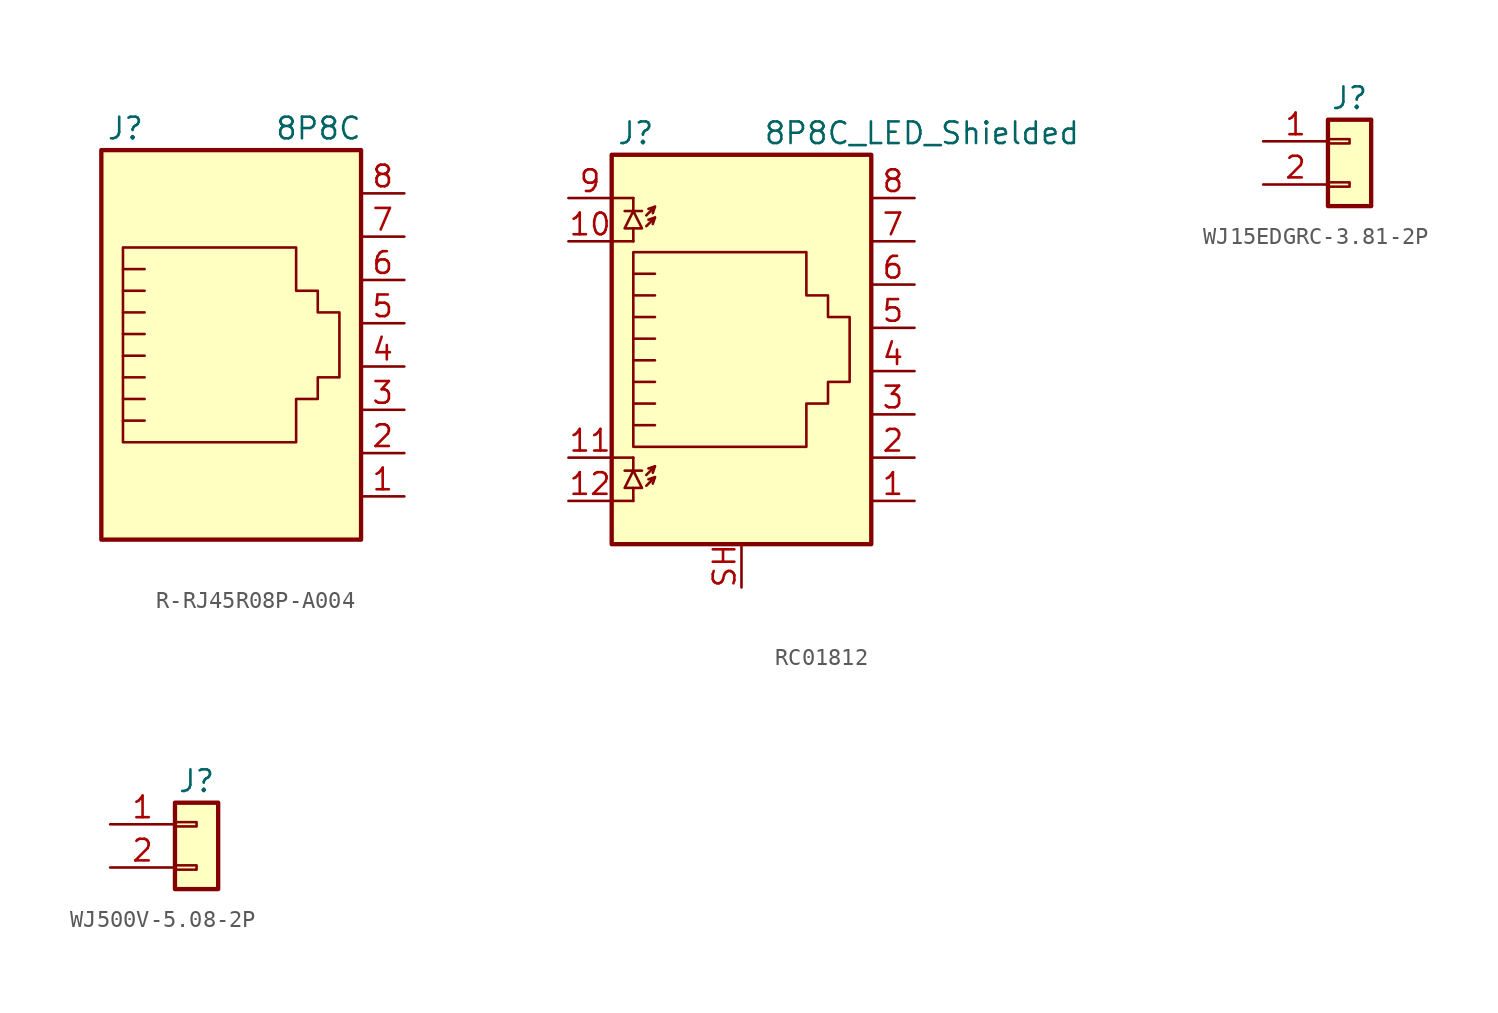
<source format=kicad_sym>
(kicad_symbol_lib
  (version 20211014)
  (symbol "R-RJ45R08P-A004"
    (pin_names
      (offset 1.016))
    (property "Reference" "J"
      (at -5.08 13.97 0)
      (effects (font (size 1.27 1.27)) (justify right)))
    (property "Value" "8P8C"
      (at 2.54 13.97 0)
      (effects (font (size 1.27 1.27)) (justify left)))
    (symbol "R-RJ45R08P-A004_0_1"
      (polyline (pts (xy -6.35 1.905) (xy -5.08 1.905) (xy -5.08 1.905)) (stroke (width 0) (type default)) (fill (type none)))
      (polyline (pts (xy -6.35 0.635) (xy -5.08 0.635) (xy -5.08 0.635)) (stroke (width 0) (type default)) (fill (type none)))
      (polyline (pts (xy -6.35 -0.635) (xy -5.08 -0.635) (xy -5.08 -0.635)) (stroke (width 0) (type default)) (fill (type none)))
      (polyline (pts (xy -6.35 -1.905) (xy -5.08 -1.905) (xy -5.08 -1.905)) (stroke (width 0) (type default)) (fill (type none)))
      (polyline (pts (xy -6.35 -3.175) (xy -5.08 -3.175) (xy -5.08 -3.175)) (stroke (width 0) (type default)) (fill (type none)))
      (polyline (pts (xy -6.35 -4.445) (xy -6.35 6.985) (xy 3.81 6.985) (xy 3.81 4.445) (xy 5.08 4.445) (xy 5.08 3.175) (xy 6.35 3.175) (xy 6.35 -0.635) (xy 5.08 -0.635) (xy 5.08 -1.905) (xy 3.81 -1.905) (xy 3.81 -4.445) (xy -6.35 -4.445) (xy -6.35 -4.445)) (stroke (width 0) (type default)) (fill (type none)))
      (polyline (pts (xy -5.08 5.715) (xy -6.35 5.715)) (stroke (width 0) (type default)) (fill (type none)))
      (polyline (pts (xy -5.08 4.445) (xy -6.35 4.445)) (stroke (width 0) (type default)) (fill (type none)))
      (polyline (pts (xy -5.08 3.175) (xy -6.35 3.175) (xy -6.35 3.175)) (stroke (width 0) (type default)) (fill (type none)))
      (rectangle (start 7.62 12.7) (end -7.62 -10.16) (stroke (width 0.254) (type default)) (fill (type background))))
    (symbol "R-RJ45R08P-A004_1_1"
      (pin passive line (at 10.16 10.16 180) (length 2.54) (name "~" (effects (font (size 1.27 1.27)))) (number "8" (effects (font (size 1.27 1.27)))))
      (pin passive line (at 10.16 7.62 180) (length 2.54) (name "~" (effects (font (size 1.27 1.27)))) (number "7" (effects (font (size 1.27 1.27)))))
      (pin passive line (at 10.16 5.08 180) (length 2.54) (name "~" (effects (font (size 1.27 1.27)))) (number "6" (effects (font (size 1.27 1.27)))))
      (pin passive line (at 10.16 2.54 180) (length 2.54) (name "~" (effects (font (size 1.27 1.27)))) (number "5" (effects (font (size 1.27 1.27)))))
      (pin passive line (at 10.16 0 180) (length 2.54) (name "~" (effects (font (size 1.27 1.27)))) (number "4" (effects (font (size 1.27 1.27)))))
      (pin passive line (at 10.16 -2.54 180) (length 2.54) (name "~" (effects (font (size 1.27 1.27)))) (number "3" (effects (font (size 1.27 1.27)))))
      (pin passive line (at 10.16 -5.08 180) (length 2.54) (name "~" (effects (font (size 1.27 1.27)))) (number "2" (effects (font (size 1.27 1.27)))))
      (pin passive line (at 10.16 -7.62 180) (length 2.54) (name "~" (effects (font (size 1.27 1.27)))) (number "1" (effects (font (size 1.27 1.27)))))))
  (symbol "RC01812"
    (pin_names
      (offset 1.016))
    (property "Reference" "J"
      (at -5.08 13.97 0)
      (effects (font (size 1.27 1.27)) (justify right)))
    (property "Value" "8P8C_LED_Shielded"
      (at 1.27 13.97 0)
      (effects (font (size 1.27 1.27)) (justify left)))
    (symbol "RC01812_0_1"
      (polyline (pts (xy -7.62 10.16) (xy -6.35 10.16)) (stroke (width 0) (type default)) (fill (type none)))
      (polyline (pts (xy -7.62 7.62) (xy -6.35 7.62)) (stroke (width 0) (type default)) (fill (type none)))
      (polyline (pts (xy -7.62 -5.08) (xy -6.35 -5.08)) (stroke (width 0) (type default)) (fill (type none)))
      (polyline (pts (xy -7.62 -7.62) (xy -6.35 -7.62)) (stroke (width 0) (type default)) (fill (type none)))
      (polyline (pts (xy -6.858 9.398) (xy -5.842 9.398)) (stroke (width 0) (type default)) (fill (type none)))
      (polyline (pts (xy -6.858 -5.842) (xy -5.842 -5.842)) (stroke (width 0) (type default)) (fill (type none)))
      (polyline (pts (xy -6.35 10.16) (xy -6.35 9.398)) (stroke (width 0) (type default)) (fill (type none)))
      (polyline (pts (xy -6.35 9.398) (xy -6.858 8.382) (xy -5.842 8.382) (xy -6.35 9.398)) (stroke (width 0) (type default)) (fill (type none)))
      (polyline (pts (xy -6.35 7.62) (xy -6.35 8.382)) (stroke (width 0) (type default)) (fill (type none)))
      (polyline (pts (xy -6.35 1.905) (xy -5.08 1.905) (xy -5.08 1.905)) (stroke (width 0) (type default)) (fill (type none)))
      (polyline (pts (xy -6.35 0.635) (xy -5.08 0.635) (xy -5.08 0.635)) (stroke (width 0) (type default)) (fill (type none)))
      (polyline (pts (xy -6.35 -0.635) (xy -5.08 -0.635) (xy -5.08 -0.635)) (stroke (width 0) (type default)) (fill (type none)))
      (polyline (pts (xy -6.35 -1.905) (xy -5.08 -1.905) (xy -5.08 -1.905)) (stroke (width 0) (type default)) (fill (type none)))
      (polyline (pts (xy -6.35 -3.175) (xy -5.08 -3.175) (xy -5.08 -3.175)) (stroke (width 0) (type default)) (fill (type none)))
      (polyline (pts (xy -6.35 -4.445) (xy -6.35 6.985) (xy 3.81 6.985) (xy 3.81 4.445) (xy 5.08 4.445) (xy 5.08 3.175) (xy 6.35 3.175) (xy 6.35 -0.635) (xy 5.08 -0.635) (xy 5.08 -1.905) (xy 3.81 -1.905) (xy 3.81 -4.445) (xy -6.35 -4.445) (xy -6.35 -4.445)) (stroke (width 0) (type default)) (fill (type none)))
      (polyline (pts (xy -6.35 -5.08) (xy -6.35 -5.842)) (stroke (width 0) (type default)) (fill (type none)))
      (polyline (pts (xy -6.35 -5.842) (xy -6.858 -6.858) (xy -5.842 -6.858) (xy -6.35 -5.842)) (stroke (width 0) (type default)) (fill (type none)))
      (polyline (pts (xy -6.35 -7.62) (xy -6.35 -6.858)) (stroke (width 0) (type default)) (fill (type none)))
      (polyline (pts (xy -5.588 9.144) (xy -5.08 9.652) (xy -5.461 9.525)) (stroke (width 0) (type default)) (fill (type none)))
      (polyline (pts (xy -5.588 8.509) (xy -5.08 9.017) (xy -5.461 8.89)) (stroke (width 0) (type default)) (fill (type none)))
      (polyline (pts (xy -5.588 -6.096) (xy -5.08 -5.588) (xy -5.461 -5.715)) (stroke (width 0) (type default)) (fill (type none)))
      (polyline (pts (xy -5.588 -6.731) (xy -5.08 -6.223) (xy -5.461 -6.35)) (stroke (width 0) (type default)) (fill (type none)))
      (polyline (pts (xy -5.08 9.652) (xy -5.207 9.271)) (stroke (width 0) (type default)) (fill (type none)))
      (polyline (pts (xy -5.08 9.017) (xy -5.207 8.636)) (stroke (width 0) (type default)) (fill (type none)))
      (polyline (pts (xy -5.08 5.715) (xy -6.35 5.715)) (stroke (width 0) (type default)) (fill (type none)))
      (polyline (pts (xy -5.08 4.445) (xy -6.35 4.445)) (stroke (width 0) (type default)) (fill (type none)))
      (polyline (pts (xy -5.08 3.175) (xy -6.35 3.175) (xy -6.35 3.175)) (stroke (width 0) (type default)) (fill (type none)))
      (polyline (pts (xy -5.08 -5.588) (xy -5.207 -5.969)) (stroke (width 0) (type default)) (fill (type none)))
      (polyline (pts (xy -5.08 -6.223) (xy -5.207 -6.604)) (stroke (width 0) (type default)) (fill (type none)))
      (rectangle (start 7.62 12.7) (end -7.62 -10.16) (stroke (width 0.254) (type default)) (fill (type background))))
    (symbol "RC01812_1_1"
      (pin passive line (at -10.16 10.16 0) (length 2.54) (name "~" (effects (font (size 1.27 1.27)))) (number "9" (effects (font (size 1.27 1.27)))))
      (pin passive line (at -10.16 7.62 0) (length 2.54) (name "~" (effects (font (size 1.27 1.27)))) (number "10" (effects (font (size 1.27 1.27)))))
      (pin passive line (at -10.16 -5.08 0) (length 2.54) (name "~" (effects (font (size 1.27 1.27)))) (number "11" (effects (font (size 1.27 1.27)))))
      (pin passive line (at -10.16 -7.62 0) (length 2.54) (name "~" (effects (font (size 1.27 1.27)))) (number "12" (effects (font (size 1.27 1.27)))))
      (pin passive line (at 0 -12.7 90) (length 2.54) (name "~" (effects (font (size 1.27 1.27)))) (number "SH" (effects (font (size 1.27 1.27)))))
      (pin passive line (at 10.16 10.16 180) (length 2.54) (name "~" (effects (font (size 1.27 1.27)))) (number "8" (effects (font (size 1.27 1.27)))))
      (pin passive line (at 10.16 7.62 180) (length 2.54) (name "~" (effects (font (size 1.27 1.27)))) (number "7" (effects (font (size 1.27 1.27)))))
      (pin passive line (at 10.16 5.08 180) (length 2.54) (name "~" (effects (font (size 1.27 1.27)))) (number "6" (effects (font (size 1.27 1.27)))))
      (pin passive line (at 10.16 2.54 180) (length 2.54) (name "~" (effects (font (size 1.27 1.27)))) (number "5" (effects (font (size 1.27 1.27)))))
      (pin passive line (at 10.16 0 180) (length 2.54) (name "~" (effects (font (size 1.27 1.27)))) (number "4" (effects (font (size 1.27 1.27)))))
      (pin passive line (at 10.16 -2.54 180) (length 2.54) (name "~" (effects (font (size 1.27 1.27)))) (number "3" (effects (font (size 1.27 1.27)))))
      (pin passive line (at 10.16 -5.08 180) (length 2.54) (name "~" (effects (font (size 1.27 1.27)))) (number "2" (effects (font (size 1.27 1.27)))))
      (pin passive line (at 10.16 -7.62 180) (length 2.54) (name "~" (effects (font (size 1.27 1.27)))) (number "1" (effects (font (size 1.27 1.27)))))))
  (symbol "WJ15EDGRC-3.81-2P"
    (pin_names
      (offset 1.016)
      (hide yes))
    (property "Reference" "J"
      (at 0 2.54 0)
      (effects (font (size 1.27 1.27))))
    (symbol "WJ15EDGRC-3.81-2P_1_1"
      (rectangle (start -1.27 1.27) (end 1.27 -3.81) (stroke (width 0.254) (type default)) (fill (type background)))
      (rectangle (start -1.27 0.127) (end 0 -0.127) (stroke (width 0.152) (type default)) (fill (type none)))
      (rectangle (start -1.27 -2.413) (end 0 -2.667) (stroke (width 0.152) (type default)) (fill (type none)))
      (pin passive line (at -5.08 0 0) (length 3.81) (name "Pin_1" (effects (font (size 1.27 1.27)))) (number "1" (effects (font (size 1.27 1.27)))))
      (pin passive line (at -5.08 -2.54 0) (length 3.81) (name "Pin_2" (effects (font (size 1.27 1.27)))) (number "2" (effects (font (size 1.27 1.27)))))))
  (symbol "WJ500V-5.08-2P"
    (pin_names
      (offset 1.016)
      (hide yes))
    (property "Reference" "J"
      (at 0 2.54 0)
      (effects (font (size 1.27 1.27))))
    (symbol "WJ500V-5.08-2P_1_1"
      (rectangle (start -1.27 1.27) (end 1.27 -3.81) (stroke (width 0.254) (type default)) (fill (type background)))
      (rectangle (start -1.27 0.127) (end 0 -0.127) (stroke (width 0.152) (type default)) (fill (type none)))
      (rectangle (start -1.27 -2.413) (end 0 -2.667) (stroke (width 0.152) (type default)) (fill (type none)))
      (pin passive line (at -5.08 0 0) (length 3.81) (name "Pin_1" (effects (font (size 1.27 1.27)))) (number "1" (effects (font (size 1.27 1.27)))))
      (pin passive line (at -5.08 -2.54 0) (length 3.81) (name "Pin_2" (effects (font (size 1.27 1.27)))) (number "2" (effects (font (size 1.27 1.27))))))))
</source>
